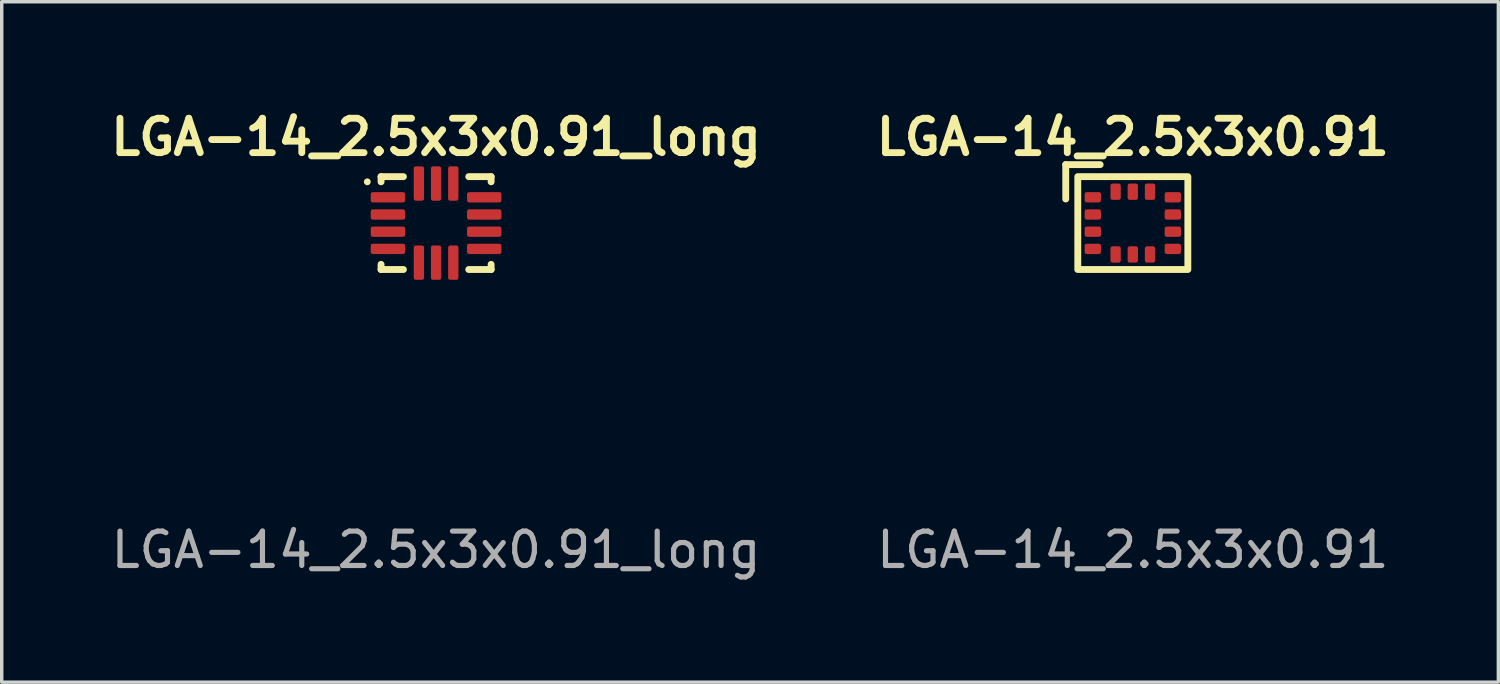
<source format=kicad_pcb>
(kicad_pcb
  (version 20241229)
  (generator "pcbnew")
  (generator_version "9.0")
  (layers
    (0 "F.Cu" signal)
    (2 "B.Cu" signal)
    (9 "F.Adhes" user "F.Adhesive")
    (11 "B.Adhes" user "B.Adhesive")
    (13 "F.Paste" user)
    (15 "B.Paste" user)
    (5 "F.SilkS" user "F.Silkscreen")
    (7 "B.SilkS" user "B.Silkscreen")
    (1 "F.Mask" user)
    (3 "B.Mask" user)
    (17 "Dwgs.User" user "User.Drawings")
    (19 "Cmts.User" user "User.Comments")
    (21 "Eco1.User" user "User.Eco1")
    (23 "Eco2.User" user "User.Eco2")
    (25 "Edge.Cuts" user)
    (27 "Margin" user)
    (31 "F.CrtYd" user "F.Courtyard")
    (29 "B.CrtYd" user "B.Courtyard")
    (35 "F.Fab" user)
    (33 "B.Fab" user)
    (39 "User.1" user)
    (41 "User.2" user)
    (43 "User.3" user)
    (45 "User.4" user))
  (footprint "LGA-14_2.5x3x0.91_long"
    (layer "F.Cu")
    (at 9.629 3.436)
    (property "Reference" "LGA-14_2.5x3x0.91_long" (at 0 -2.5 0) (unlocked yes) (layer "F.SilkS") (effects (font (size 1 1) (thickness 0.2) (bold yes))))
    (attr smd)
    (fp_line (start -1.6 -1.35) (end -1.6 -1.2) (stroke (width 0.2) (type default)) (layer "F.SilkS"))
    (fp_line (start -1.6 -1.35) (end -0.95 -1.35) (stroke (width 0.2) (type default)) (layer "F.SilkS"))
    (fp_line (start -1.6 1.35) (end -1.6 1.2) (stroke (width 0.2) (type default)) (layer "F.SilkS"))
    (fp_line (start -1.6 1.35) (end -0.95 1.35) (stroke (width 0.2) (type default)) (layer "F.SilkS"))
    (fp_line (start 1.6 -1.35) (end 0.95 -1.35) (stroke (width 0.2) (type default)) (layer "F.SilkS"))
    (fp_line (start 1.6 -1.35) (end 1.6 -1.2) (stroke (width 0.2) (type default)) (layer "F.SilkS"))
    (fp_line (start 1.6 1.35) (end 0.95 1.35) (stroke (width 0.2) (type default)) (layer "F.SilkS"))
    (fp_line (start 1.6 1.35) (end 1.6 1.2) (stroke (width 0.2) (type default)) (layer "F.SilkS"))
    (fp_circle (center -2 -1.2) (end -1.95 -1.2) (stroke (width 0.1) (type default)) (fill no) (layer "F.SilkS"))
    (fp_text user "${REFERENCE}" (at 0 9.5 0) (unlocked yes) (layer "F.Fab") (effects (font (size 1 1) (thickness 0.15))))
    (pad "1" smd roundrect (at -1.4 -0.75) (size 1 0.3) (layers "F.Cu" "F.Mask" "F.Paste") (roundrect_rratio 0.2))
    (pad "2" smd roundrect (at -1.4 -0.25) (size 1 0.3) (layers "F.Cu" "F.Mask" "F.Paste") (roundrect_rratio 0.2))
    (pad "3" smd roundrect (at -1.4 0.25) (size 1 0.3) (layers "F.Cu" "F.Mask" "F.Paste") (roundrect_rratio 0.2))
    (pad "4" smd roundrect (at -1.4 0.75) (size 1 0.3) (layers "F.Cu" "F.Mask" "F.Paste") (roundrect_rratio 0.2))
    (pad "5" smd roundrect (at -0.5 1.15 90) (size 1 0.3) (layers "F.Cu" "F.Mask" "F.Paste") (roundrect_rratio 0.2))
    (pad "6" smd roundrect (at 0 1.15 90) (size 1 0.3) (layers "F.Cu" "F.Mask" "F.Paste") (roundrect_rratio 0.2))
    (pad "7" smd roundrect (at 0.5 1.15 90) (size 1 0.3) (layers "F.Cu" "F.Mask" "F.Paste") (roundrect_rratio 0.2))
    (pad "8" smd roundrect (at 1.4 0.75) (size 1 0.3) (layers "F.Cu" "F.Mask" "F.Paste") (roundrect_rratio 0.2))
    (pad "9" smd roundrect (at 1.4 0.25) (size 1 0.3) (layers "F.Cu" "F.Mask" "F.Paste") (roundrect_rratio 0.2))
    (pad "10" smd roundrect (at 1.4 -0.25) (size 1 0.3) (layers "F.Cu" "F.Mask" "F.Paste") (roundrect_rratio 0.2))
    (pad "11" smd roundrect (at 1.4 -0.75) (size 1 0.3) (layers "F.Cu" "F.Mask" "F.Paste") (roundrect_rratio 0.2))
    (pad "12" smd roundrect (at 0.5 -1.15 90) (size 1 0.3) (layers "F.Cu" "F.Mask" "F.Paste") (roundrect_rratio 0.2))
    (pad "13" smd roundrect (at 0 -1.15 90) (size 1 0.3) (layers "F.Cu" "F.Mask" "F.Paste") (roundrect_rratio 0.2))
    (pad "14" smd roundrect (at -0.5 -1.15 90) (size 1 0.3) (layers "F.Cu" "F.Mask" "F.Paste") (roundrect_rratio 0.2)))
  (footprint "LGA-14_2.5x3x0.91"
    (layer "F.Cu")
    (at 29.886 3.436)
    (property "Reference" "LGA-14_2.5x3x0.91" (at 0 -2.5 0) (unlocked yes) (layer "F.SilkS") (effects (font (size 1 1) (thickness 0.2) (bold yes))))
    (attr smd)
    (fp_line (start -1.95 -1.7) (end -1.95 -0.7) (stroke (width 0.2) (type default)) (layer "F.SilkS"))
    (fp_line (start -0.95 -1.7) (end -1.95 -1.7) (stroke (width 0.2) (type default)) (layer "F.SilkS"))
    (fp_rect (start -1.6 -1.35) (end 1.6 1.35) (stroke (width 0.2) (type default)) (fill no) (layer "F.SilkS"))
    (fp_text user "${REFERENCE}" (at 0 9.5 0) (unlocked yes) (layer "F.Fab") (effects (font (size 1 1) (thickness 0.15))))
    (pad "1" smd roundrect (at -1.163 -0.75) (size 0.475 0.3) (layers "F.Cu" "F.Mask" "F.Paste") (roundrect_rratio 0.2))
    (pad "2" smd roundrect (at -1.163 -0.25) (size 0.475 0.3) (layers "F.Cu" "F.Mask" "F.Paste") (roundrect_rratio 0.2))
    (pad "3" smd roundrect (at -1.163 0.25) (size 0.475 0.3) (layers "F.Cu" "F.Mask" "F.Paste") (roundrect_rratio 0.2))
    (pad "4" smd roundrect (at -1.163 0.75) (size 0.475 0.3) (layers "F.Cu" "F.Mask" "F.Paste") (roundrect_rratio 0.2))
    (pad "5" smd roundrect (at -0.5 0.912 90) (size 0.475 0.3) (layers "F.Cu" "F.Mask" "F.Paste") (roundrect_rratio 0.2))
    (pad "6" smd roundrect (at 0 0.912 90) (size 0.475 0.3) (layers "F.Cu" "F.Mask" "F.Paste") (roundrect_rratio 0.2))
    (pad "7" smd roundrect (at 0.5 0.912 90) (size 0.475 0.3) (layers "F.Cu" "F.Mask" "F.Paste") (roundrect_rratio 0.2))
    (pad "8" smd roundrect (at 1.163 0.75) (size 0.475 0.3) (layers "F.Cu" "F.Mask" "F.Paste") (roundrect_rratio 0.2))
    (pad "9" smd roundrect (at 1.163 0.25) (size 0.475 0.3) (layers "F.Cu" "F.Mask" "F.Paste") (roundrect_rratio 0.2))
    (pad "10" smd roundrect (at 1.163 -0.25) (size 0.475 0.3) (layers "F.Cu" "F.Mask" "F.Paste") (roundrect_rratio 0.2))
    (pad "11" smd roundrect (at 1.163 -0.75) (size 0.475 0.3) (layers "F.Cu" "F.Mask" "F.Paste") (roundrect_rratio 0.2))
    (pad "12" smd roundrect (at 0.5 -0.912 90) (size 0.475 0.3) (layers "F.Cu" "F.Mask" "F.Paste") (roundrect_rratio 0.2))
    (pad "13" smd roundrect (at 0 -0.912 90) (size 0.475 0.3) (layers "F.Cu" "F.Mask" "F.Paste") (roundrect_rratio 0.2))
    (pad "14" smd roundrect (at -0.5 -0.912 90) (size 0.475 0.3) (layers "F.Cu" "F.Mask" "F.Paste") (roundrect_rratio 0.2)))
  (gr_rect
    (start -3 -3)
    (end 40.514 16.784)
    (stroke (width 0.1) (type default))
    (fill no)
    (layer "Edge.Cuts")))
</source>
